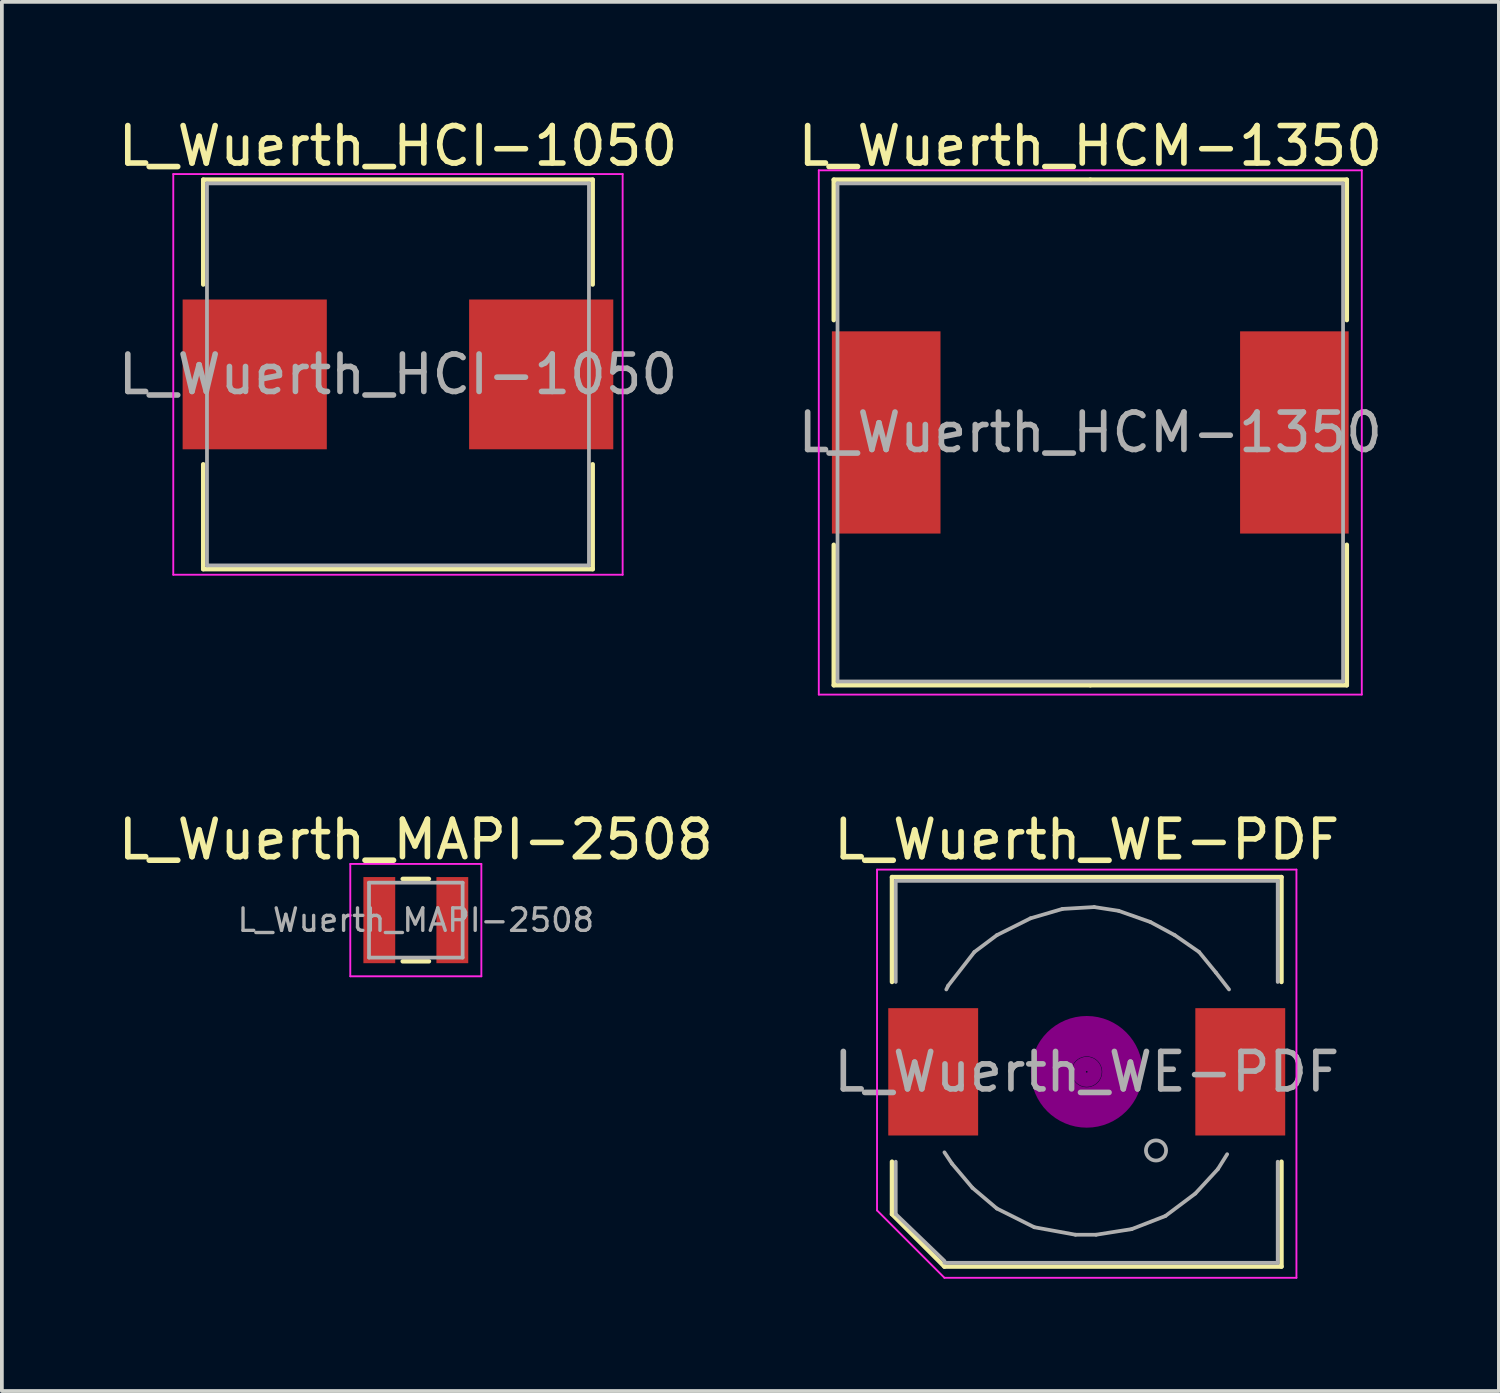
<source format=kicad_pcb>
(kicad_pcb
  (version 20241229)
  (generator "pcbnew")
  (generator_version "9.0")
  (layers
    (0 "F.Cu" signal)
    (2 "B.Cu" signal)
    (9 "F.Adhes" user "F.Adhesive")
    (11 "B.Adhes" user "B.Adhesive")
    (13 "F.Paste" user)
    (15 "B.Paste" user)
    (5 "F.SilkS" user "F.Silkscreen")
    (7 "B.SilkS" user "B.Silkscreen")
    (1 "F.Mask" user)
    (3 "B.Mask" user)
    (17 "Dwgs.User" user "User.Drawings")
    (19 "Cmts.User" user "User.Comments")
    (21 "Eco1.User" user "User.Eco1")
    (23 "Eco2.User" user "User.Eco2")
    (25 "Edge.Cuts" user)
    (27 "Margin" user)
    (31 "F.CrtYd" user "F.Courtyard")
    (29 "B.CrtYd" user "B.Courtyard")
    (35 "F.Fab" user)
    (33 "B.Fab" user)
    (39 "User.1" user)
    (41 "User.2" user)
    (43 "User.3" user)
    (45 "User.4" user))
  (footprint "L_Wuerth_MAPI-2508"
    (layer "F.Cu")
    (at 8.054 21.521)
    (property "Reference" "L_Wuerth_MAPI-2508" (at 0 -2.15 0) (layer "F.SilkS") (effects (font (size 1 1) (thickness 0.15))))
    (attr smd)
    (fp_line (start -0.35 -1.1) (end 0.35 -1.1) (stroke (width 0.12) (type solid)) (layer "F.SilkS"))
    (fp_line (start -0.35 1.1) (end 0.35 1.1) (stroke (width 0.12) (type solid)) (layer "F.SilkS"))
    (fp_line (start -1.75 -1.5) (end -1.75 1.5) (stroke (width 0.05) (type solid)) (layer "F.CrtYd"))
    (fp_line (start -1.75 1.5) (end 1.75 1.5) (stroke (width 0.05) (type solid)) (layer "F.CrtYd"))
    (fp_line (start 1.75 -1.5) (end -1.75 -1.5) (stroke (width 0.05) (type solid)) (layer "F.CrtYd"))
    (fp_line (start 1.75 1.5) (end 1.75 -1.5) (stroke (width 0.05) (type solid)) (layer "F.CrtYd"))
    (fp_line (start -1.25 -1) (end -1.25 1) (stroke (width 0.1) (type solid)) (layer "F.Fab"))
    (fp_line (start -1.25 1) (end 1.25 1) (stroke (width 0.1) (type solid)) (layer "F.Fab"))
    (fp_line (start 1.25 -1) (end -1.25 -1) (stroke (width 0.1) (type solid)) (layer "F.Fab"))
    (fp_line (start 1.25 1) (end 1.25 -1) (stroke (width 0.1) (type solid)) (layer "F.Fab"))
    (fp_text user "${REFERENCE}" (at 0 0 0) (layer "F.Fab") (effects (font (size 0.6 0.6) (thickness 0.09))))
    (pad "1" smd rect (at -0.975 0) (size 0.85 2.3) (layers "F.Cu" "F.Mask" "F.Paste"))
    (pad "2" smd rect (at 0.975 0) (size 0.85 2.3) (layers "F.Cu" "F.Mask" "F.Paste")))
  (footprint "L_Wuerth_WE-PDF"
    (layer "F.Cu")
    (at 25.97 25.572)
    (property "Reference" "L_Wuerth_WE-PDF" (at 0 -6.2 0) (layer "F.SilkS") (effects (font (size 1 1) (thickness 0.15))))
    (attr smd)
    (fp_line (start -5.2 -5.2) (end 5.2 -5.2) (stroke (width 0.12) (type solid)) (layer "F.SilkS"))
    (fp_line (start -5.2 -2.4) (end -5.2 -5.2) (stroke (width 0.12) (type solid)) (layer "F.SilkS"))
    (fp_line (start -5.2 3.8) (end -5.2 2.4) (stroke (width 0.12) (type solid)) (layer "F.SilkS"))
    (fp_line (start -3.8 5.2) (end -5.2 3.8) (stroke (width 0.12) (type solid)) (layer "F.SilkS"))
    (fp_line (start 5.2 -5.2) (end 5.2 -2.4) (stroke (width 0.12) (type solid)) (layer "F.SilkS"))
    (fp_line (start 5.2 2.4) (end 5.2 5.2) (stroke (width 0.12) (type solid)) (layer "F.SilkS"))
    (fp_line (start 5.2 5.2) (end -3.8 5.2) (stroke (width 0.12) (type solid)) (layer "F.SilkS"))
    (fp_circle (center 0 0) (end 0.15 0.15) (stroke (width 0.38) (type solid)) (fill no) (layer "F.Adhes"))
    (fp_circle (center 0 0) (end 0.6 0.05) (stroke (width 0.38) (type solid)) (fill no) (layer "F.Adhes"))
    (fp_circle (center 0 0) (end 0.95 0) (stroke (width 0.38) (type solid)) (fill no) (layer "F.Adhes"))
    (fp_circle (center 0 0) (end 1.3 0.05) (stroke (width 0.38) (type solid)) (fill no) (layer "F.Adhes"))
    (fp_line (start -5.6 -5.4) (end 5.6 -5.4) (stroke (width 0.05) (type solid)) (layer "F.CrtYd"))
    (fp_line (start -5.6 3.7) (end -5.6 -5.4) (stroke (width 0.05) (type solid)) (layer "F.CrtYd"))
    (fp_line (start -3.8 5.5) (end -5.6 3.7) (stroke (width 0.05) (type solid)) (layer "F.CrtYd"))
    (fp_line (start 5.6 -5.4) (end 5.6 5.5) (stroke (width 0.05) (type solid)) (layer "F.CrtYd"))
    (fp_line (start 5.6 5.5) (end -3.8 5.5) (stroke (width 0.05) (type solid)) (layer "F.CrtYd"))
    (fp_line (start -5.1 -5.1) (end -5.1 -2.4) (stroke (width 0.1) (type solid)) (layer "F.Fab"))
    (fp_line (start -5.1 2.4) (end -5.1 3.8) (stroke (width 0.1) (type solid)) (layer "F.Fab"))
    (fp_line (start -5.1 3.8) (end -3.8 5.05) (stroke (width 0.1) (type solid)) (layer "F.Fab"))
    (fp_line (start -3.8 2.15) (end -3.6 2.45) (stroke (width 0.1) (type solid)) (layer "F.Fab"))
    (fp_line (start -3.7 -2.3) (end -3.75 -2.2) (stroke (width 0.1) (type solid)) (layer "F.Fab"))
    (fp_line (start -3.6 2.45) (end -3.05 3.1) (stroke (width 0.1) (type solid)) (layer "F.Fab"))
    (fp_line (start -3.05 3.1) (end -2.4 3.65) (stroke (width 0.1) (type solid)) (layer "F.Fab"))
    (fp_line (start -3 -3.2) (end -3.7 -2.3) (stroke (width 0.1) (type solid)) (layer "F.Fab"))
    (fp_line (start -2.4 -3.65) (end -3 -3.2) (stroke (width 0.1) (type solid)) (layer "F.Fab"))
    (fp_line (start -2.4 3.65) (end -1.4 4.15) (stroke (width 0.1) (type solid)) (layer "F.Fab"))
    (fp_line (start -1.5 -4.1) (end -2.4 -3.65) (stroke (width 0.1) (type solid)) (layer "F.Fab"))
    (fp_line (start -1.4 4.15) (end -0.3 4.35) (stroke (width 0.1) (type solid)) (layer "F.Fab"))
    (fp_line (start -0.65 -4.35) (end -1.5 -4.1) (stroke (width 0.1) (type solid)) (layer "F.Fab"))
    (fp_line (start -0.3 4.35) (end 0.25 4.35) (stroke (width 0.1) (type solid)) (layer "F.Fab"))
    (fp_line (start 0.2 -4.4) (end -0.65 -4.35) (stroke (width 0.1) (type solid)) (layer "F.Fab"))
    (fp_line (start 0.25 4.35) (end 1.2 4.2) (stroke (width 0.1) (type solid)) (layer "F.Fab"))
    (fp_line (start 0.85 -4.3) (end 0.2 -4.4) (stroke (width 0.1) (type solid)) (layer "F.Fab"))
    (fp_line (start 1.2 4.2) (end 2.1 3.85) (stroke (width 0.1) (type solid)) (layer "F.Fab"))
    (fp_line (start 1.7 -4) (end 0.85 -4.3) (stroke (width 0.1) (type solid)) (layer "F.Fab"))
    (fp_line (start 2.1 3.85) (end 2.9 3.25) (stroke (width 0.1) (type solid)) (layer "F.Fab"))
    (fp_line (start 2.35 -3.65) (end 1.7 -4) (stroke (width 0.1) (type solid)) (layer "F.Fab"))
    (fp_line (start 2.9 3.25) (end 3.5 2.6) (stroke (width 0.1) (type solid)) (layer "F.Fab"))
    (fp_line (start 3 -3.2) (end 2.35 -3.65) (stroke (width 0.1) (type solid)) (layer "F.Fab"))
    (fp_line (start 3.45 -2.65) (end 3 -3.2) (stroke (width 0.1) (type solid)) (layer "F.Fab"))
    (fp_line (start 3.5 2.6) (end 3.75 2.2) (stroke (width 0.1) (type solid)) (layer "F.Fab"))
    (fp_line (start 3.8 -2.2) (end 3.45 -2.65) (stroke (width 0.1) (type solid)) (layer "F.Fab"))
    (fp_line (start 5.1 -5.1) (end -5.1 -5.1) (stroke (width 0.1) (type solid)) (layer "F.Fab"))
    (fp_line (start 5.1 -5.1) (end 5.1 -2.4) (stroke (width 0.1) (type solid)) (layer "F.Fab"))
    (fp_line (start 5.1 5.1) (end -3.8 5.1) (stroke (width 0.1) (type solid)) (layer "F.Fab"))
    (fp_line (start 5.1 5.1) (end 5.1 2.4) (stroke (width 0.1) (type solid)) (layer "F.Fab"))
    (fp_circle (center 1.85 2.1) (end 2.1 2.2) (stroke (width 0.1) (type solid)) (fill no) (layer "F.Fab"))
    (fp_text user "${REFERENCE}" (at 0 0 0) (layer "F.Fab") (effects (font (size 1 1) (thickness 0.15))))
    (pad "1" smd rect (at -4.1 0) (size 2.4 3.4) (layers "F.Cu" "F.Mask" "F.Paste"))
    (pad "2" smd rect (at 4.1 0) (size 2.4 3.4) (layers "F.Cu" "F.Mask" "F.Paste")))
  (footprint "L_Wuerth_HCI-1050"
    (layer "F.Cu")
    (at 7.577 6.948)
    (property "Reference" "L_Wuerth_HCI-1050" (at 0 -6.1 0) (layer "F.SilkS") (effects (font (size 1 1) (thickness 0.15))))
    (attr smd)
    (fp_line (start -5.2 -5.2) (end 5.2 -5.2) (stroke (width 0.12) (type solid)) (layer "F.SilkS"))
    (fp_line (start -5.2 -2.4) (end -5.2 -5.2) (stroke (width 0.12) (type solid)) (layer "F.SilkS"))
    (fp_line (start -5.2 2.4) (end -5.2 5.2) (stroke (width 0.12) (type solid)) (layer "F.SilkS"))
    (fp_line (start -5.2 5.2) (end 5.2 5.2) (stroke (width 0.12) (type solid)) (layer "F.SilkS"))
    (fp_line (start 5.2 -5.2) (end 5.2 -2.4) (stroke (width 0.12) (type solid)) (layer "F.SilkS"))
    (fp_line (start 5.2 5.2) (end 5.2 2.4) (stroke (width 0.12) (type solid)) (layer "F.SilkS"))
    (fp_line (start -6 -5.35) (end -6 5.35) (stroke (width 0.05) (type solid)) (layer "F.CrtYd"))
    (fp_line (start -6 5.35) (end 6 5.35) (stroke (width 0.05) (type solid)) (layer "F.CrtYd"))
    (fp_line (start 6 -5.35) (end -6 -5.35) (stroke (width 0.05) (type solid)) (layer "F.CrtYd"))
    (fp_line (start 6 5.35) (end 6 -5.35) (stroke (width 0.05) (type solid)) (layer "F.CrtYd"))
    (fp_line (start -5.1 -5.1) (end -5.1 5.1) (stroke (width 0.1) (type solid)) (layer "F.Fab"))
    (fp_line (start -5.1 5.1) (end 5.1 5.1) (stroke (width 0.1) (type solid)) (layer "F.Fab"))
    (fp_line (start 5.1 -5.1) (end -5.1 -5.1) (stroke (width 0.1) (type solid)) (layer "F.Fab"))
    (fp_line (start 5.1 5.1) (end 5.1 -5.1) (stroke (width 0.1) (type solid)) (layer "F.Fab"))
    (fp_text user "${REFERENCE}" (at 0 0 0) (layer "F.Fab") (effects (font (size 1 1) (thickness 0.15))))
    (pad "1" smd rect (at -3.825 0) (size 3.85 4) (layers "F.Cu" "F.Mask" "F.Paste"))
    (pad "2" smd rect (at 3.825 0) (size 3.85 4) (layers "F.Cu" "F.Mask" "F.Paste")))
  (footprint "L_Wuerth_HCM-1350"
    (layer "F.Cu")
    (at 26.065 8.498)
    (property "Reference" "L_Wuerth_HCM-1350" (at 0 -7.65 0) (layer "F.SilkS") (effects (font (size 1 1) (thickness 0.15))))
    (attr smd)
    (fp_line (start -6.85 -6.75) (end 0 -6.75) (stroke (width 0.12) (type solid)) (layer "F.SilkS"))
    (fp_line (start -6.85 -3) (end -6.85 -6.75) (stroke (width 0.12) (type solid)) (layer "F.SilkS"))
    (fp_line (start -6.85 3) (end -6.85 6.75) (stroke (width 0.12) (type solid)) (layer "F.SilkS"))
    (fp_line (start -6.85 6.75) (end 0 6.75) (stroke (width 0.12) (type solid)) (layer "F.SilkS"))
    (fp_line (start 6.85 -6.75) (end 0 -6.75) (stroke (width 0.12) (type solid)) (layer "F.SilkS"))
    (fp_line (start 6.85 -3) (end 6.85 -6.75) (stroke (width 0.12) (type solid)) (layer "F.SilkS"))
    (fp_line (start 6.85 3) (end 6.85 6.75) (stroke (width 0.12) (type solid)) (layer "F.SilkS"))
    (fp_line (start 6.85 6.75) (end 0 6.75) (stroke (width 0.12) (type solid)) (layer "F.SilkS"))
    (fp_line (start -7.25 -7) (end -7.25 7) (stroke (width 0.05) (type solid)) (layer "F.CrtYd"))
    (fp_line (start -7.25 7) (end 7.25 7) (stroke (width 0.05) (type solid)) (layer "F.CrtYd"))
    (fp_line (start 7.25 -7) (end -7.25 -7) (stroke (width 0.05) (type solid)) (layer "F.CrtYd"))
    (fp_line (start 7.25 7) (end 7.25 -7) (stroke (width 0.05) (type solid)) (layer "F.CrtYd"))
    (fp_line (start -6.75 -6.65) (end -6.75 6.65) (stroke (width 0.1) (type solid)) (layer "F.Fab"))
    (fp_line (start -6.75 6.65) (end 6.75 6.65) (stroke (width 0.1) (type solid)) (layer "F.Fab"))
    (fp_line (start 6.75 -6.65) (end -6.75 -6.65) (stroke (width 0.1) (type solid)) (layer "F.Fab"))
    (fp_line (start 6.75 6.65) (end 6.75 -6.65) (stroke (width 0.1) (type solid)) (layer "F.Fab"))
    (fp_text user "${REFERENCE}" (at 0 0 0) (layer "F.Fab") (effects (font (size 1 1) (thickness 0.15))))
    (pad "1" smd rect (at -5.45 0) (size 2.9 5.4) (layers "F.Cu" "F.Mask" "F.Paste"))
    (pad "2" smd rect (at 5.45 0) (size 2.9 5.4) (layers "F.Cu" "F.Mask" "F.Paste")))
  (gr_rect
    (start -3 -3)
    (end 36.976 34.096)
    (stroke (width 0.1) (type default))
    (fill no)
    (layer "Edge.Cuts")))
</source>
